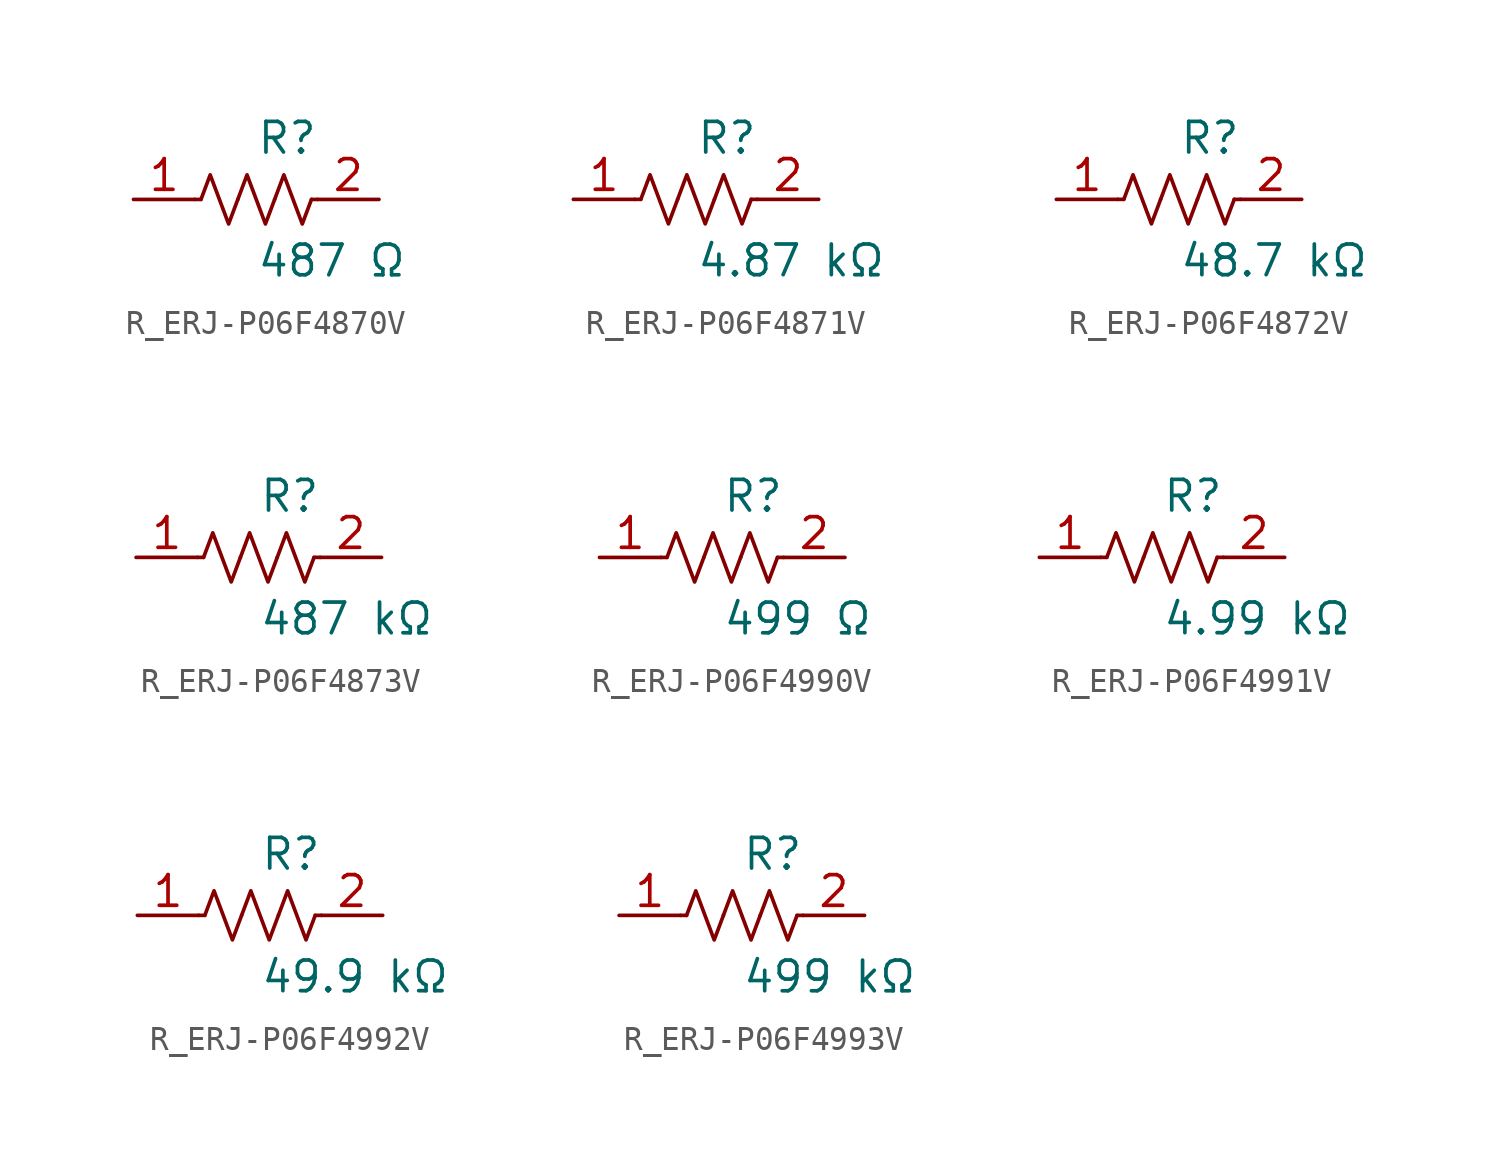
<source format=kicad_sym>
(kicad_symbol_lib
  (version 20231120)
  (generator kicad_symbol_editor)
  (generator_version 8.0)
  (symbol "R_ERJ-P06F4870V"
    (pin_names
      (offset 0.254))
    (property "Reference" "R"
      (at 0 2.54 0)
      (effects (font (size 1.27 1.27)) (justify left)))
    (property "Value" "487 Ω"
      (at 0 -2.54 0)
      (effects (font (size 1.27 1.27)) (justify left)))
    (symbol "R_ERJ-P06F4870V_0_1"
      (polyline (pts (xy 2.286 0) (xy 2.54 0)) (stroke (width 0) (type default)) (fill (type none)))
      (polyline (pts (xy -2.286 0) (xy -2.54 0)) (stroke (width 0) (type default)) (fill (type none)))
      (polyline (pts (xy 0.762 0) (xy 1.143 1.016) (xy 1.524 0) (xy 1.905 -1.016) (xy 2.286 0)) (stroke (width 0) (type default)) (fill (type none)))
      (polyline (pts (xy -0.762 0) (xy -0.381 1.016) (xy 0 0) (xy 0.381 -1.016) (xy 0.762 0)) (stroke (width 0) (type default)) (fill (type none)))
      (polyline (pts (xy -2.286 0) (xy -1.905 1.016) (xy -1.524 0) (xy -1.143 -1.016) (xy -0.762 0)) (stroke (width 0) (type default)) (fill (type none))))
    (pin passive line
      (at -5.08 0 0)
      (length 2.54)
      (name "" (effects (font (size 1.27 1.27))))
      (number "1" (effects (font (size 1.27 1.27)))))
    (pin passive line
      (at 5.08 0 180)
      (length 2.54)
      (name "" (effects (font (size 1.27 1.27))))
      (number "2" (effects (font (size 1.27 1.27))))))
  (symbol "R_ERJ-P06F4871V"
    (pin_names
      (offset 0.254))
    (property "Reference" "R"
      (at 0 2.54 0)
      (effects (font (size 1.27 1.27)) (justify left)))
    (property "Value" "4.87 kΩ"
      (at 0 -2.54 0)
      (effects (font (size 1.27 1.27)) (justify left)))
    (symbol "R_ERJ-P06F4871V_0_1"
      (polyline (pts (xy 2.286 0) (xy 2.54 0)) (stroke (width 0) (type default)) (fill (type none)))
      (polyline (pts (xy -2.286 0) (xy -2.54 0)) (stroke (width 0) (type default)) (fill (type none)))
      (polyline (pts (xy 0.762 0) (xy 1.143 1.016) (xy 1.524 0) (xy 1.905 -1.016) (xy 2.286 0)) (stroke (width 0) (type default)) (fill (type none)))
      (polyline (pts (xy -0.762 0) (xy -0.381 1.016) (xy 0 0) (xy 0.381 -1.016) (xy 0.762 0)) (stroke (width 0) (type default)) (fill (type none)))
      (polyline (pts (xy -2.286 0) (xy -1.905 1.016) (xy -1.524 0) (xy -1.143 -1.016) (xy -0.762 0)) (stroke (width 0) (type default)) (fill (type none))))
    (pin passive line
      (at -5.08 0 0)
      (length 2.54)
      (name "" (effects (font (size 1.27 1.27))))
      (number "1" (effects (font (size 1.27 1.27)))))
    (pin passive line
      (at 5.08 0 180)
      (length 2.54)
      (name "" (effects (font (size 1.27 1.27))))
      (number "2" (effects (font (size 1.27 1.27))))))
  (symbol "R_ERJ-P06F4872V"
    (pin_names
      (offset 0.254))
    (property "Reference" "R"
      (at 0 2.54 0)
      (effects (font (size 1.27 1.27)) (justify left)))
    (property "Value" "48.7 kΩ"
      (at 0 -2.54 0)
      (effects (font (size 1.27 1.27)) (justify left)))
    (symbol "R_ERJ-P06F4872V_0_1"
      (polyline (pts (xy 2.286 0) (xy 2.54 0)) (stroke (width 0) (type default)) (fill (type none)))
      (polyline (pts (xy -2.286 0) (xy -2.54 0)) (stroke (width 0) (type default)) (fill (type none)))
      (polyline (pts (xy 0.762 0) (xy 1.143 1.016) (xy 1.524 0) (xy 1.905 -1.016) (xy 2.286 0)) (stroke (width 0) (type default)) (fill (type none)))
      (polyline (pts (xy -0.762 0) (xy -0.381 1.016) (xy 0 0) (xy 0.381 -1.016) (xy 0.762 0)) (stroke (width 0) (type default)) (fill (type none)))
      (polyline (pts (xy -2.286 0) (xy -1.905 1.016) (xy -1.524 0) (xy -1.143 -1.016) (xy -0.762 0)) (stroke (width 0) (type default)) (fill (type none))))
    (pin passive line
      (at -5.08 0 0)
      (length 2.54)
      (name "" (effects (font (size 1.27 1.27))))
      (number "1" (effects (font (size 1.27 1.27)))))
    (pin passive line
      (at 5.08 0 180)
      (length 2.54)
      (name "" (effects (font (size 1.27 1.27))))
      (number "2" (effects (font (size 1.27 1.27))))))
  (symbol "R_ERJ-P06F4873V"
    (pin_names
      (offset 0.254))
    (property "Reference" "R"
      (at 0 2.54 0)
      (effects (font (size 1.27 1.27)) (justify left)))
    (property "Value" "487 kΩ"
      (at 0 -2.54 0)
      (effects (font (size 1.27 1.27)) (justify left)))
    (symbol "R_ERJ-P06F4873V_0_1"
      (polyline (pts (xy 2.286 0) (xy 2.54 0)) (stroke (width 0) (type default)) (fill (type none)))
      (polyline (pts (xy -2.286 0) (xy -2.54 0)) (stroke (width 0) (type default)) (fill (type none)))
      (polyline (pts (xy 0.762 0) (xy 1.143 1.016) (xy 1.524 0) (xy 1.905 -1.016) (xy 2.286 0)) (stroke (width 0) (type default)) (fill (type none)))
      (polyline (pts (xy -0.762 0) (xy -0.381 1.016) (xy 0 0) (xy 0.381 -1.016) (xy 0.762 0)) (stroke (width 0) (type default)) (fill (type none)))
      (polyline (pts (xy -2.286 0) (xy -1.905 1.016) (xy -1.524 0) (xy -1.143 -1.016) (xy -0.762 0)) (stroke (width 0) (type default)) (fill (type none))))
    (pin passive line
      (at -5.08 0 0)
      (length 2.54)
      (name "" (effects (font (size 1.27 1.27))))
      (number "1" (effects (font (size 1.27 1.27)))))
    (pin passive line
      (at 5.08 0 180)
      (length 2.54)
      (name "" (effects (font (size 1.27 1.27))))
      (number "2" (effects (font (size 1.27 1.27))))))
  (symbol "R_ERJ-P06F4990V"
    (pin_names
      (offset 0.254))
    (property "Reference" "R"
      (at 0 2.54 0)
      (effects (font (size 1.27 1.27)) (justify left)))
    (property "Value" "499 Ω"
      (at 0 -2.54 0)
      (effects (font (size 1.27 1.27)) (justify left)))
    (symbol "R_ERJ-P06F4990V_0_1"
      (polyline (pts (xy 2.286 0) (xy 2.54 0)) (stroke (width 0) (type default)) (fill (type none)))
      (polyline (pts (xy -2.286 0) (xy -2.54 0)) (stroke (width 0) (type default)) (fill (type none)))
      (polyline (pts (xy 0.762 0) (xy 1.143 1.016) (xy 1.524 0) (xy 1.905 -1.016) (xy 2.286 0)) (stroke (width 0) (type default)) (fill (type none)))
      (polyline (pts (xy -0.762 0) (xy -0.381 1.016) (xy 0 0) (xy 0.381 -1.016) (xy 0.762 0)) (stroke (width 0) (type default)) (fill (type none)))
      (polyline (pts (xy -2.286 0) (xy -1.905 1.016) (xy -1.524 0) (xy -1.143 -1.016) (xy -0.762 0)) (stroke (width 0) (type default)) (fill (type none))))
    (pin passive line
      (at -5.08 0 0)
      (length 2.54)
      (name "" (effects (font (size 1.27 1.27))))
      (number "1" (effects (font (size 1.27 1.27)))))
    (pin passive line
      (at 5.08 0 180)
      (length 2.54)
      (name "" (effects (font (size 1.27 1.27))))
      (number "2" (effects (font (size 1.27 1.27))))))
  (symbol "R_ERJ-P06F4991V"
    (pin_names
      (offset 0.254))
    (property "Reference" "R"
      (at 0 2.54 0)
      (effects (font (size 1.27 1.27)) (justify left)))
    (property "Value" "4.99 kΩ"
      (at 0 -2.54 0)
      (effects (font (size 1.27 1.27)) (justify left)))
    (symbol "R_ERJ-P06F4991V_0_1"
      (polyline (pts (xy 2.286 0) (xy 2.54 0)) (stroke (width 0) (type default)) (fill (type none)))
      (polyline (pts (xy -2.286 0) (xy -2.54 0)) (stroke (width 0) (type default)) (fill (type none)))
      (polyline (pts (xy 0.762 0) (xy 1.143 1.016) (xy 1.524 0) (xy 1.905 -1.016) (xy 2.286 0)) (stroke (width 0) (type default)) (fill (type none)))
      (polyline (pts (xy -0.762 0) (xy -0.381 1.016) (xy 0 0) (xy 0.381 -1.016) (xy 0.762 0)) (stroke (width 0) (type default)) (fill (type none)))
      (polyline (pts (xy -2.286 0) (xy -1.905 1.016) (xy -1.524 0) (xy -1.143 -1.016) (xy -0.762 0)) (stroke (width 0) (type default)) (fill (type none))))
    (pin passive line
      (at -5.08 0 0)
      (length 2.54)
      (name "" (effects (font (size 1.27 1.27))))
      (number "1" (effects (font (size 1.27 1.27)))))
    (pin passive line
      (at 5.08 0 180)
      (length 2.54)
      (name "" (effects (font (size 1.27 1.27))))
      (number "2" (effects (font (size 1.27 1.27))))))
  (symbol "R_ERJ-P06F4992V"
    (pin_names
      (offset 0.254))
    (property "Reference" "R"
      (at 0 2.54 0)
      (effects (font (size 1.27 1.27)) (justify left)))
    (property "Value" "49.9 kΩ"
      (at 0 -2.54 0)
      (effects (font (size 1.27 1.27)) (justify left)))
    (symbol "R_ERJ-P06F4992V_0_1"
      (polyline (pts (xy 2.286 0) (xy 2.54 0)) (stroke (width 0) (type default)) (fill (type none)))
      (polyline (pts (xy -2.286 0) (xy -2.54 0)) (stroke (width 0) (type default)) (fill (type none)))
      (polyline (pts (xy 0.762 0) (xy 1.143 1.016) (xy 1.524 0) (xy 1.905 -1.016) (xy 2.286 0)) (stroke (width 0) (type default)) (fill (type none)))
      (polyline (pts (xy -0.762 0) (xy -0.381 1.016) (xy 0 0) (xy 0.381 -1.016) (xy 0.762 0)) (stroke (width 0) (type default)) (fill (type none)))
      (polyline (pts (xy -2.286 0) (xy -1.905 1.016) (xy -1.524 0) (xy -1.143 -1.016) (xy -0.762 0)) (stroke (width 0) (type default)) (fill (type none))))
    (pin passive line
      (at -5.08 0 0)
      (length 2.54)
      (name "" (effects (font (size 1.27 1.27))))
      (number "1" (effects (font (size 1.27 1.27)))))
    (pin passive line
      (at 5.08 0 180)
      (length 2.54)
      (name "" (effects (font (size 1.27 1.27))))
      (number "2" (effects (font (size 1.27 1.27))))))
  (symbol "R_ERJ-P06F4993V"
    (pin_names
      (offset 0.254))
    (property "Reference" "R"
      (at 0 2.54 0)
      (effects (font (size 1.27 1.27)) (justify left)))
    (property "Value" "499 kΩ"
      (at 0 -2.54 0)
      (effects (font (size 1.27 1.27)) (justify left)))
    (symbol "R_ERJ-P06F4993V_0_1"
      (polyline (pts (xy 2.286 0) (xy 2.54 0)) (stroke (width 0) (type default)) (fill (type none)))
      (polyline (pts (xy -2.286 0) (xy -2.54 0)) (stroke (width 0) (type default)) (fill (type none)))
      (polyline (pts (xy 0.762 0) (xy 1.143 1.016) (xy 1.524 0) (xy 1.905 -1.016) (xy 2.286 0)) (stroke (width 0) (type default)) (fill (type none)))
      (polyline (pts (xy -0.762 0) (xy -0.381 1.016) (xy 0 0) (xy 0.381 -1.016) (xy 0.762 0)) (stroke (width 0) (type default)) (fill (type none)))
      (polyline (pts (xy -2.286 0) (xy -1.905 1.016) (xy -1.524 0) (xy -1.143 -1.016) (xy -0.762 0)) (stroke (width 0) (type default)) (fill (type none))))
    (pin passive line
      (at -5.08 0 0)
      (length 2.54)
      (name "" (effects (font (size 1.27 1.27))))
      (number "1" (effects (font (size 1.27 1.27)))))
    (pin passive line
      (at 5.08 0 180)
      (length 2.54)
      (name "" (effects (font (size 1.27 1.27))))
      (number "2" (effects (font (size 1.27 1.27)))))))
</source>
